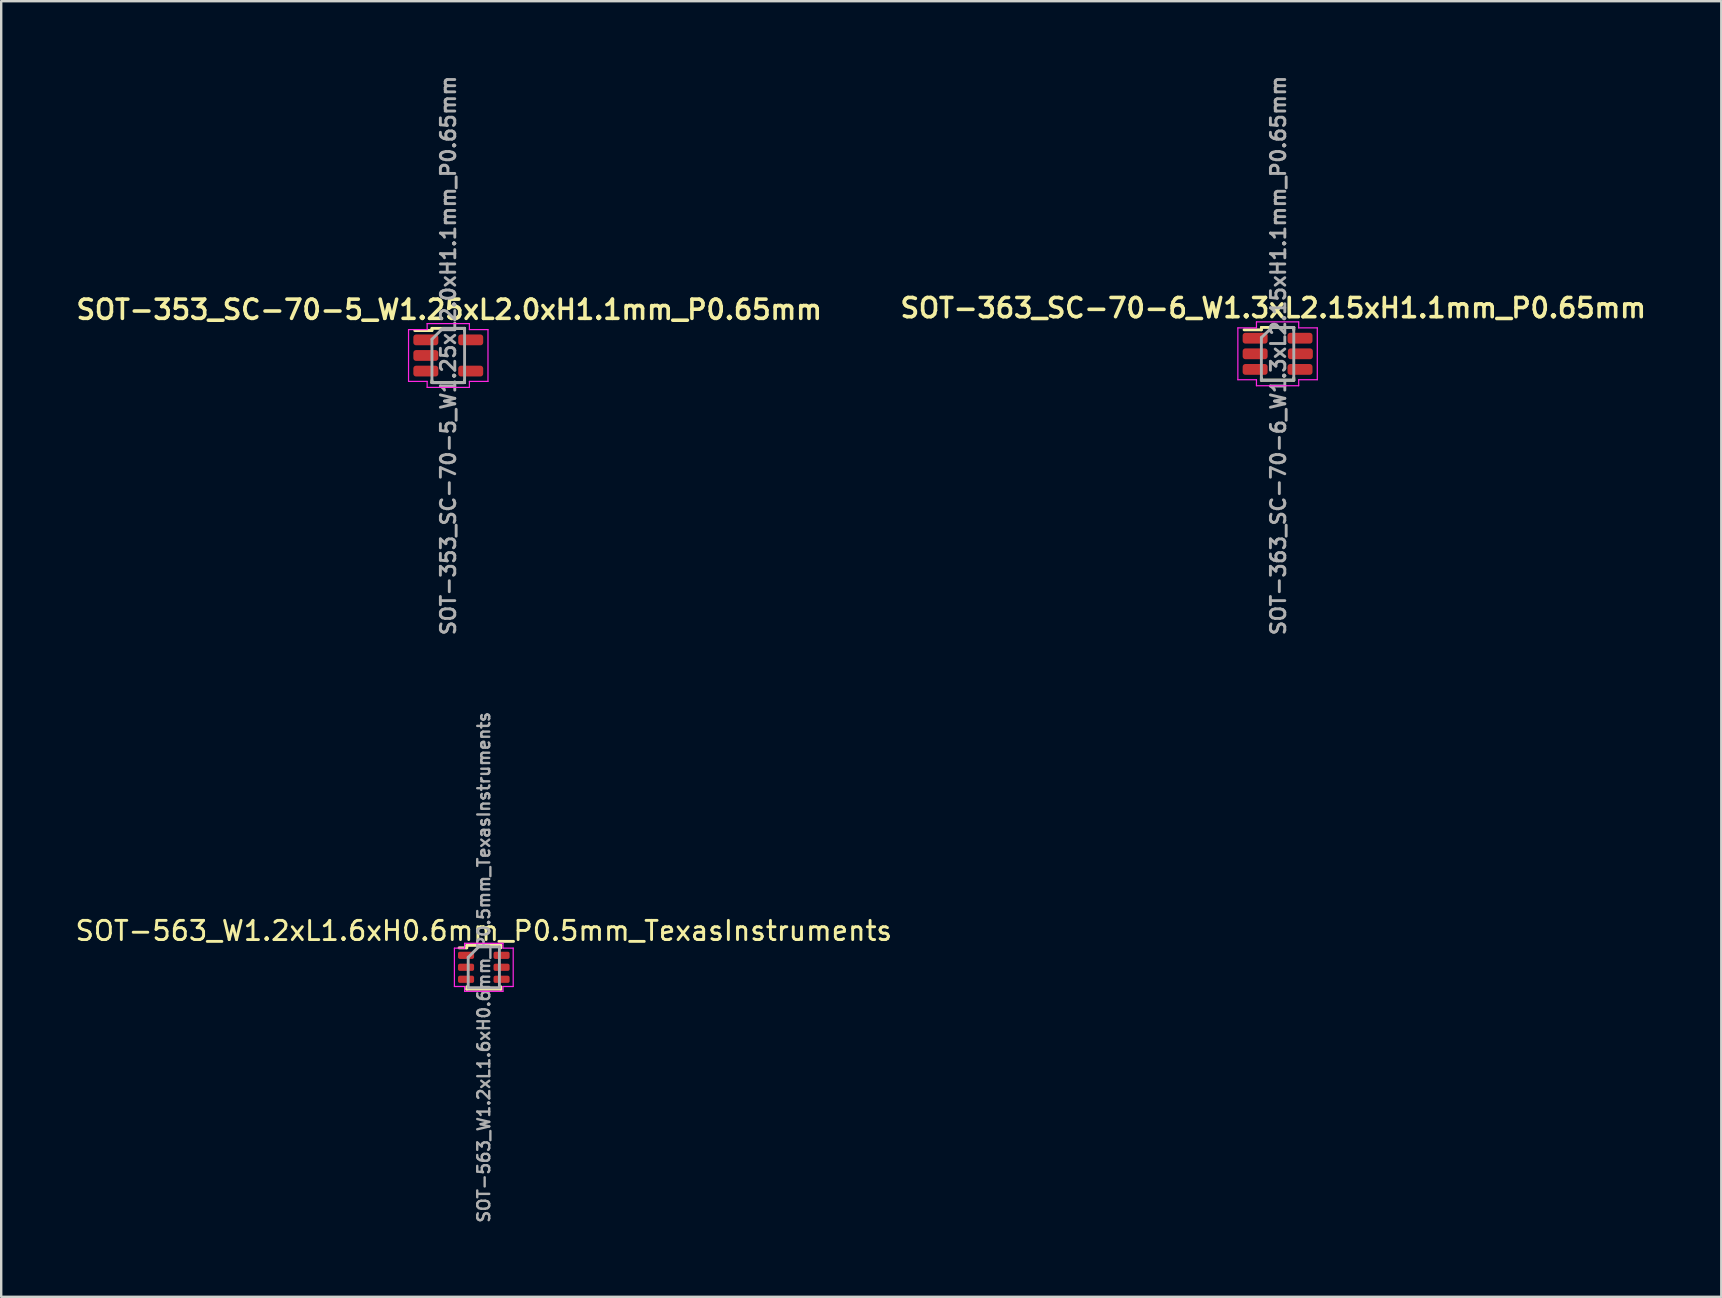
<source format=kicad_pcb>
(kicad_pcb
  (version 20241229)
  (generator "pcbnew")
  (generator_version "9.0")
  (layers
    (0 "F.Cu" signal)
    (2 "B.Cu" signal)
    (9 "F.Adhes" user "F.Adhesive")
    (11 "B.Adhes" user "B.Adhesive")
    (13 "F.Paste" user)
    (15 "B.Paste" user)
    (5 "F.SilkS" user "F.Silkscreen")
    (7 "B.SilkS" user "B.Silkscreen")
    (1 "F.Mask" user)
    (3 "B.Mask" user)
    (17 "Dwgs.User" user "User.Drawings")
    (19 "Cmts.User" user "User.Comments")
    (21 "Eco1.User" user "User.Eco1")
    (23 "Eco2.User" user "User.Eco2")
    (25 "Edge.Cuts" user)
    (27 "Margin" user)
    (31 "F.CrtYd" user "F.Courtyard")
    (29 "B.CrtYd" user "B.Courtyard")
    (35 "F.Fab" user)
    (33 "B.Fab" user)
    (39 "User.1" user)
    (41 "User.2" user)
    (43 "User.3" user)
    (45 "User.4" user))
  (footprint "SOT-563_W1.2xL1.6xH0.6mm_P0.5mm_TexasInstruments"
    (layer "F.Cu")
    (at 17.11 37.257)
    (property "Reference" "SOT-563_W1.2xL1.6xH0.6mm_P0.5mm_TexasInstruments" (at 0 -1.52 0) (layer "F.SilkS") (effects (font (size 0.8 0.8) (thickness 0.12))))
    (attr smd)
    (fp_line (start -0.71 -0.915) (end -0.71 -0.81) (stroke (width 0.12) (type solid)) (layer "F.SilkS"))
    (fp_line (start -0.71 -0.915) (end 0.71 -0.915) (stroke (width 0.12) (type solid)) (layer "F.SilkS"))
    (fp_line (start -0.71 -0.81) (end -1.03 -0.81) (stroke (width 0.12) (type solid)) (layer "F.SilkS"))
    (fp_line (start -0.71 0.915) (end -0.71 0.81) (stroke (width 0.12) (type solid)) (layer "F.SilkS"))
    (fp_line (start 0.71 -0.915) (end 0.71 -0.81) (stroke (width 0.12) (type solid)) (layer "F.SilkS"))
    (fp_line (start 0.71 0.915) (end -0.71 0.915) (stroke (width 0.12) (type solid)) (layer "F.SilkS"))
    (fp_line (start 0.71 0.915) (end 0.71 0.81) (stroke (width 0.12) (type solid)) (layer "F.SilkS"))
    (fp_line (start -1.225 -0.8) (end -1.225 0.8) (stroke (width 0.05) (type solid)) (layer "F.CrtYd"))
    (fp_line (start -1.225 0.8) (end -0.8 0.8) (stroke (width 0.05) (type solid)) (layer "F.CrtYd"))
    (fp_line (start -0.8 -1) (end -0.8 -0.8) (stroke (width 0.05) (type solid)) (layer "F.CrtYd"))
    (fp_line (start -0.8 -0.8) (end -1.225 -0.8) (stroke (width 0.05) (type solid)) (layer "F.CrtYd"))
    (fp_line (start -0.8 0.8) (end -0.8 1) (stroke (width 0.05) (type solid)) (layer "F.CrtYd"))
    (fp_line (start -0.8 1) (end 0.8 1) (stroke (width 0.05) (type solid)) (layer "F.CrtYd"))
    (fp_line (start 0.8 -1) (end -0.8 -1) (stroke (width 0.05) (type solid)) (layer "F.CrtYd"))
    (fp_line (start 0.8 -0.8) (end 0.8 -1) (stroke (width 0.05) (type solid)) (layer "F.CrtYd"))
    (fp_line (start 0.8 0.8) (end 1.225 0.8) (stroke (width 0.05) (type solid)) (layer "F.CrtYd"))
    (fp_line (start 0.8 1) (end 0.8 0.8) (stroke (width 0.05) (type solid)) (layer "F.CrtYd"))
    (fp_line (start 1.225 -0.8) (end 0.8 -0.8) (stroke (width 0.05) (type solid)) (layer "F.CrtYd"))
    (fp_line (start 1.225 0.8) (end 1.225 -0.8) (stroke (width 0.05) (type solid)) (layer "F.CrtYd"))
    (fp_line (start -0.65 -0.417) (end -0.217 -0.85) (stroke (width 0.12) (type solid)) (layer "F.Fab"))
    (fp_line (start -0.65 0.85) (end -0.65 -0.417) (stroke (width 0.12) (type solid)) (layer "F.Fab"))
    (fp_line (start -0.217 -0.85) (end 0.65 -0.85) (stroke (width 0.12) (type solid)) (layer "F.Fab"))
    (fp_line (start 0.65 -0.85) (end 0.65 0.85) (stroke (width 0.12) (type solid)) (layer "F.Fab"))
    (fp_line (start 0.65 0.85) (end -0.65 0.85) (stroke (width 0.12) (type solid)) (layer "F.Fab"))
    (fp_text user "${REFERENCE}" (at 0 0 90) (layer "F.Fab") (effects (font (size 0.5 0.5) (thickness 0.1))))
    (pad "1" smd roundrect (at -0.74 -0.5) (size 0.67 0.3) (layers "F.Cu" "F.Mask" "F.Paste") (roundrect_rratio 0.25))
    (pad "2" smd roundrect (at -0.74 0) (size 0.67 0.3) (layers "F.Cu" "F.Mask" "F.Paste") (roundrect_rratio 0.25))
    (pad "3" smd roundrect (at -0.74 0.5) (size 0.67 0.3) (layers "F.Cu" "F.Mask" "F.Paste") (roundrect_rratio 0.25))
    (pad "4" smd roundrect (at 0.74 0.5) (size 0.67 0.3) (layers "F.Cu" "F.Mask" "F.Paste") (roundrect_rratio 0.25))
    (pad "5" smd roundrect (at 0.74 0) (size 0.67 0.3) (layers "F.Cu" "F.Mask" "F.Paste") (roundrect_rratio 0.25))
    (pad "6" smd roundrect (at 0.74 -0.5) (size 0.67 0.3) (layers "F.Cu" "F.Mask" "F.Paste") (roundrect_rratio 0.25)))
  (footprint "SOT-353_SC-70-5_W1.25xL2.0xH1.1mm_P0.65mm"
    (layer "F.Cu")
    (at 15.629 11.763)
    (property "Reference" "SOT-353_SC-70-5_W1.25xL2.0xH1.1mm_P0.65mm" (at 0.04 -1.91 0) (layer "F.SilkS") (effects (font (size 0.8 0.8) (thickness 0.15))))
    (attr smd)
    (fp_line (start -0.68 -1.13) (end 0.68 -1.13) (stroke (width 0.12) (type solid)) (layer "F.SilkS"))
    (fp_line (start -0.68 -1.04) (end -1.395 -1.04) (stroke (width 0.12) (type solid)) (layer "F.SilkS"))
    (fp_line (start -0.68 -1.04) (end -0.68 -1.13) (stroke (width 0.12) (type solid)) (layer "F.SilkS"))
    (fp_line (start -0.68 1.13) (end -0.68 1.04) (stroke (width 0.12) (type solid)) (layer "F.SilkS"))
    (fp_line (start -0.68 1.13) (end 0.68 1.13) (stroke (width 0.12) (type solid)) (layer "F.SilkS"))
    (fp_line (start 0.68 -1.04) (end 0.68 -1.13) (stroke (width 0.12) (type solid)) (layer "F.SilkS"))
    (fp_line (start 0.68 1.13) (end 0.68 1.04) (stroke (width 0.12) (type solid)) (layer "F.SilkS"))
    (fp_line (start -1.655 -1.08) (end -1.655 1.08) (stroke (width 0.05) (type solid)) (layer "F.CrtYd"))
    (fp_line (start -1.655 1.08) (end -0.88 1.08) (stroke (width 0.05) (type solid)) (layer "F.CrtYd"))
    (fp_line (start -0.88 -1.33) (end -0.88 -1.08) (stroke (width 0.05) (type solid)) (layer "F.CrtYd"))
    (fp_line (start -0.88 -1.08) (end -1.655 -1.08) (stroke (width 0.05) (type solid)) (layer "F.CrtYd"))
    (fp_line (start -0.88 1.08) (end -0.88 1.33) (stroke (width 0.05) (type solid)) (layer "F.CrtYd"))
    (fp_line (start -0.88 1.33) (end 0.88 1.33) (stroke (width 0.05) (type solid)) (layer "F.CrtYd"))
    (fp_line (start 0.88 -1.33) (end -0.88 -1.33) (stroke (width 0.05) (type solid)) (layer "F.CrtYd"))
    (fp_line (start 0.88 -1.08) (end 0.88 -1.33) (stroke (width 0.05) (type solid)) (layer "F.CrtYd"))
    (fp_line (start 0.88 1.08) (end 1.655 1.08) (stroke (width 0.05) (type solid)) (layer "F.CrtYd"))
    (fp_line (start 0.88 1.33) (end 0.88 1.08) (stroke (width 0.05) (type solid)) (layer "F.CrtYd"))
    (fp_line (start 1.655 -1.08) (end 0.88 -1.08) (stroke (width 0.05) (type solid)) (layer "F.CrtYd"))
    (fp_line (start 1.655 1.08) (end 1.655 -1.08) (stroke (width 0.05) (type solid)) (layer "F.CrtYd"))
    (fp_line (start -0.68 -0.677) (end -0.227 -1.13) (stroke (width 0.12) (type solid)) (layer "F.Fab"))
    (fp_line (start -0.68 1.13) (end -0.68 -0.677) (stroke (width 0.12) (type solid)) (layer "F.Fab"))
    (fp_line (start -0.227 -1.13) (end 0.68 -1.13) (stroke (width 0.12) (type solid)) (layer "F.Fab"))
    (fp_line (start 0.68 -1.13) (end 0.68 1.13) (stroke (width 0.12) (type solid)) (layer "F.Fab"))
    (fp_line (start 0.68 1.13) (end -0.68 1.13) (stroke (width 0.12) (type solid)) (layer "F.Fab"))
    (fp_text user "${REFERENCE}" (at 0 0 90) (layer "F.Fab") (effects (font (size 0.6 0.6) (thickness 0.12))))
    (pad "1" smd roundrect (at -0.935 -0.65) (size 1.04 0.45) (layers "F.Cu" "F.Mask" "F.Paste") (roundrect_rratio 0.25))
    (pad "2" smd roundrect (at -0.935 0) (size 1.04 0.45) (layers "F.Cu" "F.Mask" "F.Paste") (roundrect_rratio 0.25))
    (pad "3" smd roundrect (at -0.935 0.65) (size 1.04 0.45) (layers "F.Cu" "F.Mask" "F.Paste") (roundrect_rratio 0.25))
    (pad "4" smd roundrect (at 0.935 0.65) (size 1.04 0.45) (layers "F.Cu" "F.Mask" "F.Paste") (roundrect_rratio 0.25))
    (pad "5" smd roundrect (at 0.935 -0.65) (size 1.04 0.45) (layers "F.Cu" "F.Mask" "F.Paste") (roundrect_rratio 0.25)))
  (footprint "SOT-363_SC-70-6_W1.3xL2.15xH1.1mm_P0.65mm"
    (layer "F.Cu")
    (at 50.186 11.693)
    (property "Reference" "SOT-363_SC-70-6_W1.3xL2.15xH1.1mm_P0.65mm" (at -0.18 -1.91 0) (layer "F.SilkS") (effects (font (size 0.8 0.8) (thickness 0.15))))
    (attr smd)
    (fp_line (start -0.675 -1.1) (end 0.675 -1.1) (stroke (width 0.12) (type solid)) (layer "F.SilkS"))
    (fp_line (start -0.675 -1) (end -1.395 -1) (stroke (width 0.12) (type solid)) (layer "F.SilkS"))
    (fp_line (start -0.675 -1) (end -0.675 -1.1) (stroke (width 0.12) (type solid)) (layer "F.SilkS"))
    (fp_line (start -0.675 1.1) (end -0.675 1) (stroke (width 0.12) (type solid)) (layer "F.SilkS"))
    (fp_line (start -0.675 1.1) (end 0.675 1.1) (stroke (width 0.12) (type solid)) (layer "F.SilkS"))
    (fp_line (start 0.675 -1) (end 0.675 -1.1) (stroke (width 0.12) (type solid)) (layer "F.SilkS"))
    (fp_line (start 0.675 1.1) (end 0.675 1) (stroke (width 0.12) (type solid)) (layer "F.SilkS"))
    (fp_line (start -1.655 -1.08) (end -1.655 1.08) (stroke (width 0.05) (type solid)) (layer "F.CrtYd"))
    (fp_line (start -1.655 1.08) (end -0.88 1.08) (stroke (width 0.05) (type solid)) (layer "F.CrtYd"))
    (fp_line (start -0.88 -1.33) (end -0.88 -1.08) (stroke (width 0.05) (type solid)) (layer "F.CrtYd"))
    (fp_line (start -0.88 -1.08) (end -1.655 -1.08) (stroke (width 0.05) (type solid)) (layer "F.CrtYd"))
    (fp_line (start -0.88 1.08) (end -0.88 1.33) (stroke (width 0.05) (type solid)) (layer "F.CrtYd"))
    (fp_line (start -0.88 1.33) (end 0.88 1.33) (stroke (width 0.05) (type solid)) (layer "F.CrtYd"))
    (fp_line (start 0.88 -1.33) (end -0.88 -1.33) (stroke (width 0.05) (type solid)) (layer "F.CrtYd"))
    (fp_line (start 0.88 -1.08) (end 0.88 -1.33) (stroke (width 0.05) (type solid)) (layer "F.CrtYd"))
    (fp_line (start 0.88 1.08) (end 1.655 1.08) (stroke (width 0.05) (type solid)) (layer "F.CrtYd"))
    (fp_line (start 0.88 1.33) (end 0.88 1.08) (stroke (width 0.05) (type solid)) (layer "F.CrtYd"))
    (fp_line (start 1.655 -1.08) (end 0.88 -1.08) (stroke (width 0.05) (type solid)) (layer "F.CrtYd"))
    (fp_line (start 1.655 1.08) (end 1.655 -1.08) (stroke (width 0.05) (type solid)) (layer "F.CrtYd"))
    (fp_line (start -0.675 -0.677) (end -0.227 -1.1) (stroke (width 0.12) (type solid)) (layer "F.Fab"))
    (fp_line (start -0.675 1.1) (end -0.675 -0.677) (stroke (width 0.12) (type solid)) (layer "F.Fab"))
    (fp_line (start -0.227 -1.1) (end 0.675 -1.1) (stroke (width 0.12) (type solid)) (layer "F.Fab"))
    (fp_line (start 0.675 -1.1) (end 0.675 1.1) (stroke (width 0.12) (type solid)) (layer "F.Fab"))
    (fp_line (start 0.675 1.1) (end -0.675 1.1) (stroke (width 0.12) (type solid)) (layer "F.Fab"))
    (fp_text user "${REFERENCE}" (at 0.03 0.07 90) (layer "F.Fab") (effects (font (size 0.6 0.6) (thickness 0.12))))
    (pad "1" smd roundrect (at -0.935 -0.65) (size 1.04 0.45) (layers "F.Cu" "F.Mask" "F.Paste") (roundrect_rratio 0.25))
    (pad "2" smd roundrect (at -0.935 0) (size 1.04 0.45) (layers "F.Cu" "F.Mask" "F.Paste") (roundrect_rratio 0.25))
    (pad "3" smd roundrect (at -0.935 0.65) (size 1.04 0.45) (layers "F.Cu" "F.Mask" "F.Paste") (roundrect_rratio 0.25))
    (pad "4" smd roundrect (at 0.935 0.65) (size 1.04 0.45) (layers "F.Cu" "F.Mask" "F.Paste") (roundrect_rratio 0.25))
    (pad "5" smd roundrect (at 0.95 0) (size 1.04 0.45) (layers "F.Cu" "F.Mask" "F.Paste") (roundrect_rratio 0.25))
    (pad "6" smd roundrect (at 0.935 -0.65) (size 1.04 0.45) (layers "F.Cu" "F.Mask" "F.Paste") (roundrect_rratio 0.25)))
  (gr_rect
    (start -3 -3)
    (end 68.675 50.988)
    (stroke (width 0.1) (type default))
    (fill no)
    (layer "Edge.Cuts")))
</source>
